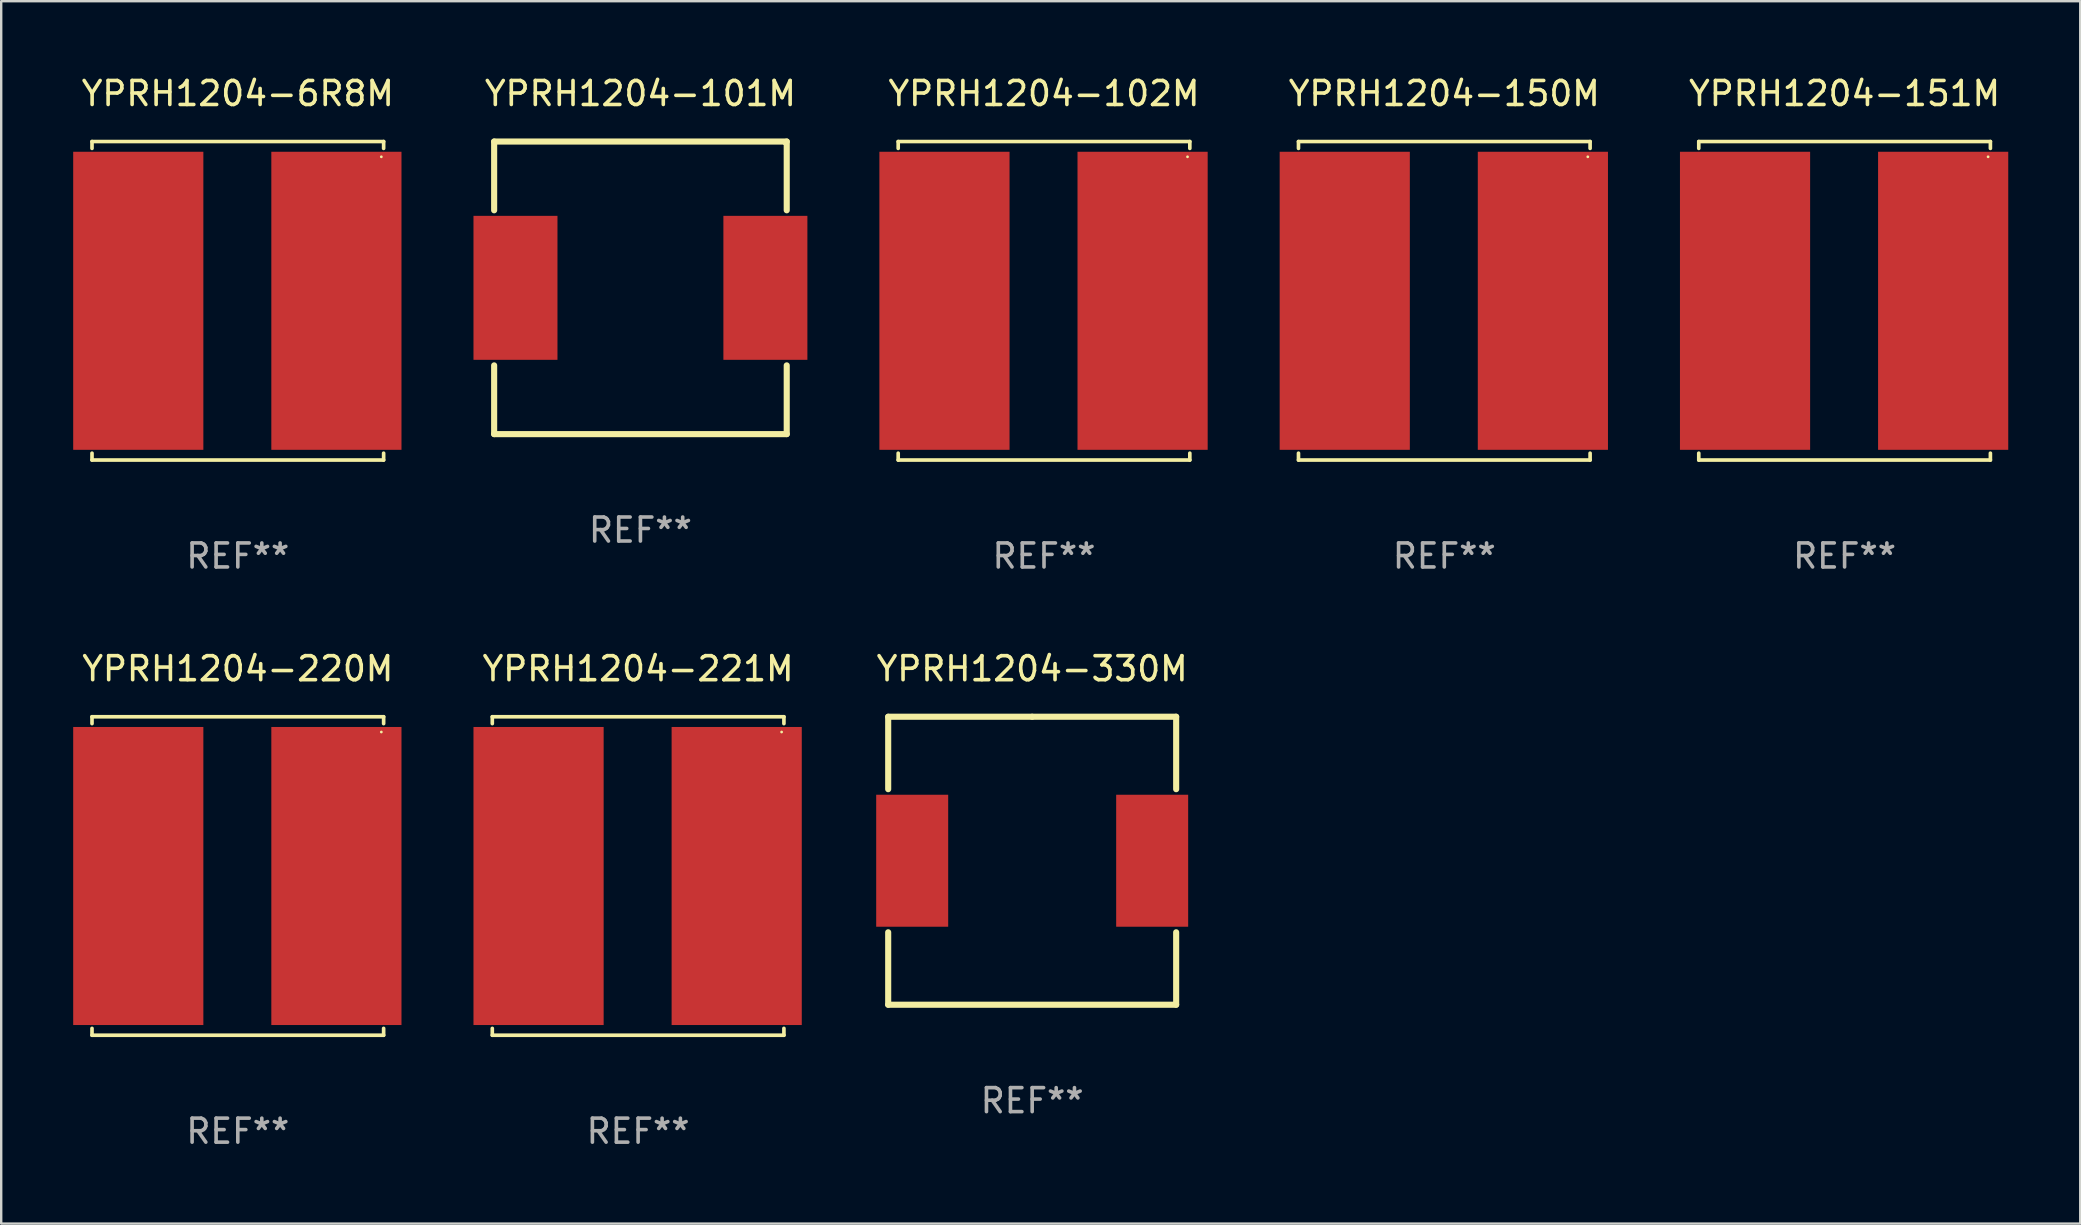
<source format=kicad_pcb>
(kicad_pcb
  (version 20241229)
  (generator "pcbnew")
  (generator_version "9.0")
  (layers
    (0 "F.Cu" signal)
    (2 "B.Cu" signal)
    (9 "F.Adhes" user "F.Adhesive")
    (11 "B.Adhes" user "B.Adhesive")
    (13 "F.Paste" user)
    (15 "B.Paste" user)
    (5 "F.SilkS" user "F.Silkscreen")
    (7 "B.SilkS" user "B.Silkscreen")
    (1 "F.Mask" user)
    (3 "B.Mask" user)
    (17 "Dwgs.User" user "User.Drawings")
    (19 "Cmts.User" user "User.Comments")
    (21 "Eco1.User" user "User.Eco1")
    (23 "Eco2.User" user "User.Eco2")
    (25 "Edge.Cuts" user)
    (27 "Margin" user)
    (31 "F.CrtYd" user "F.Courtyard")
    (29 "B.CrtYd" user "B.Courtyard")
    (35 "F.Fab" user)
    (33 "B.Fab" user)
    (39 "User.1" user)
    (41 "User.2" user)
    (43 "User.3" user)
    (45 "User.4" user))
  (footprint "YPRH1204-102M"
    (layer "F.Cu")
    (at 40.454 9.484)
    (property "Reference" "YPRH1204-102M" (at 0 -8.636 0) (layer "F.SilkS") (effects (font (size 1 1) (thickness 0.15))))
    (attr through_hole)
    (fp_line (start -6.076 -6.636) (end -6.076 -6.35) (stroke (width 0.152) (type solid)) (layer "F.SilkS"))
    (fp_line (start -6.076 6.636) (end -6.076 6.35) (stroke (width 0.152) (type solid)) (layer "F.SilkS"))
    (fp_line (start 6.076 -6.636) (end -6.076 -6.636) (stroke (width 0.152) (type solid)) (layer "F.SilkS"))
    (fp_line (start 6.076 -6.35) (end 6.076 -6.636) (stroke (width 0.152) (type solid)) (layer "F.SilkS"))
    (fp_line (start 6.076 6.35) (end 6.076 6.636) (stroke (width 0.152) (type solid)) (layer "F.SilkS"))
    (fp_line (start 6.076 6.636) (end -6.076 6.636) (stroke (width 0.152) (type solid)) (layer "F.SilkS"))
    (fp_circle (center 5.98 -6) (end 6.01 -6) (stroke (width 0.06) (type solid)) (fill no) (layer "F.SilkS"))
    (fp_text user "REF**" (at 0 10.636 0) (layer "F.Fab") (effects (font (size 1 1) (thickness 0.15))))
    (pad "1" smd rect (at 4.108 0) (size 5.424 12.42) (layers "F.Cu" "F.Mask" "F.Paste"))
    (pad "2" smd rect (at -4.148 0) (size 5.424 12.42) (layers "F.Cu" "F.Mask" "F.Paste")))
  (footprint "YPRH1204-101M"
    (layer "F.Cu")
    (at 23.637 8.944)
    (property "Reference" "YPRH1204-101M" (at 0 -8.096 0) (layer "F.SilkS") (effects (font (size 1 1) (thickness 0.15))))
    (attr through_hole)
    (fp_line (start -6.096 -6.096) (end 6.096 -6.096) (stroke (width 0.254) (type solid)) (layer "F.SilkS"))
    (fp_line (start -6.096 -3.231) (end -6.096 -6.096) (stroke (width 0.254) (type solid)) (layer "F.SilkS"))
    (fp_line (start -6.096 6.096) (end -6.096 3.231) (stroke (width 0.254) (type solid)) (layer "F.SilkS"))
    (fp_line (start 6.096 -6.096) (end 6.096 -3.231) (stroke (width 0.254) (type solid)) (layer "F.SilkS"))
    (fp_line (start 6.096 3.231) (end 6.096 6.096) (stroke (width 0.254) (type solid)) (layer "F.SilkS"))
    (fp_line (start 6.096 6.096) (end -6.096 6.096) (stroke (width 0.254) (type solid)) (layer "F.SilkS"))
    (fp_circle (center 6 -6) (end 6.03 -6) (stroke (width 0.06) (type solid)) (fill no) (layer "F.SilkS"))
    (fp_text user "REF**" (at 0 10.096 0) (layer "F.Fab") (effects (font (size 1 1) (thickness 0.15))))
    (pad "1" smd rect (at 5.207 0) (size 3.5 6) (layers "F.Cu" "F.Mask" "F.Paste"))
    (pad "2" smd rect (at -5.207 0) (size 3.5 6) (layers "F.Cu" "F.Mask" "F.Paste")))
  (footprint "YPRH1204-330M"
    (layer "F.Cu")
    (at 39.961 32.817)
    (property "Reference" "YPRH1204-330M" (at 0 -8 0) (layer "F.SilkS") (effects (font (size 1 1) (thickness 0.15))))
    (attr through_hole)
    (fp_line (start -6 -6) (end 0 -6) (stroke (width 0.254) (type solid)) (layer "F.SilkS"))
    (fp_line (start -6 -2.981) (end -6 -6) (stroke (width 0.254) (type solid)) (layer "F.SilkS"))
    (fp_line (start -6 6) (end -6 2.981) (stroke (width 0.254) (type solid)) (layer "F.SilkS"))
    (fp_line (start 0 -6) (end 6 -6) (stroke (width 0.254) (type solid)) (layer "F.SilkS"))
    (fp_line (start 6 -6) (end 6 -2.981) (stroke (width 0.254) (type solid)) (layer "F.SilkS"))
    (fp_line (start 6 2.981) (end 6 6) (stroke (width 0.254) (type solid)) (layer "F.SilkS"))
    (fp_line (start 6 6) (end -6 6) (stroke (width 0.254) (type solid)) (layer "F.SilkS"))
    (fp_circle (center -6 6) (end -5.97 6) (stroke (width 0.06) (type solid)) (fill no) (layer "F.SilkS"))
    (fp_text user "REF**" (at 0 10 0) (layer "F.Fab") (effects (font (size 1 1) (thickness 0.15))))
    (pad "1" smd rect (at -5 0) (size 3 5.5) (layers "F.Cu" "F.Mask" "F.Paste"))
    (pad "2" smd rect (at 5 0) (size 3 5.5) (layers "F.Cu" "F.Mask" "F.Paste")))
  (footprint "YPRH1204-6R8M"
    (layer "F.Cu")
    (at 6.86 9.484)
    (property "Reference" "YPRH1204-6R8M" (at 0 -8.636 0) (layer "F.SilkS") (effects (font (size 1 1) (thickness 0.15))))
    (attr through_hole)
    (fp_line (start -6.076 -6.636) (end -6.076 -6.35) (stroke (width 0.152) (type solid)) (layer "F.SilkS"))
    (fp_line (start -6.076 6.636) (end -6.076 6.35) (stroke (width 0.152) (type solid)) (layer "F.SilkS"))
    (fp_line (start 6.076 -6.636) (end -6.076 -6.636) (stroke (width 0.152) (type solid)) (layer "F.SilkS"))
    (fp_line (start 6.076 -6.35) (end 6.076 -6.636) (stroke (width 0.152) (type solid)) (layer "F.SilkS"))
    (fp_line (start 6.076 6.35) (end 6.076 6.636) (stroke (width 0.152) (type solid)) (layer "F.SilkS"))
    (fp_line (start 6.076 6.636) (end -6.076 6.636) (stroke (width 0.152) (type solid)) (layer "F.SilkS"))
    (fp_circle (center 5.98 -6) (end 6.01 -6) (stroke (width 0.06) (type solid)) (fill no) (layer "F.SilkS"))
    (fp_text user "REF**" (at 0 10.636 0) (layer "F.Fab") (effects (font (size 1 1) (thickness 0.15))))
    (pad "1" smd rect (at 4.108 0) (size 5.424 12.42) (layers "F.Cu" "F.Mask" "F.Paste"))
    (pad "2" smd rect (at -4.148 0) (size 5.424 12.42) (layers "F.Cu" "F.Mask" "F.Paste")))
  (footprint "YPRH1204-221M"
    (layer "F.Cu")
    (at 23.54 33.453)
    (property "Reference" "YPRH1204-221M" (at 0 -8.636 0) (layer "F.SilkS") (effects (font (size 1 1) (thickness 0.15))))
    (attr through_hole)
    (fp_line (start -6.076 -6.636) (end -6.076 -6.35) (stroke (width 0.152) (type solid)) (layer "F.SilkS"))
    (fp_line (start -6.076 6.636) (end -6.076 6.35) (stroke (width 0.152) (type solid)) (layer "F.SilkS"))
    (fp_line (start 6.076 -6.636) (end -6.076 -6.636) (stroke (width 0.152) (type solid)) (layer "F.SilkS"))
    (fp_line (start 6.076 -6.35) (end 6.076 -6.636) (stroke (width 0.152) (type solid)) (layer "F.SilkS"))
    (fp_line (start 6.076 6.35) (end 6.076 6.636) (stroke (width 0.152) (type solid)) (layer "F.SilkS"))
    (fp_line (start 6.076 6.636) (end -6.076 6.636) (stroke (width 0.152) (type solid)) (layer "F.SilkS"))
    (fp_circle (center 5.98 -6) (end 6.01 -6) (stroke (width 0.06) (type solid)) (fill no) (layer "F.SilkS"))
    (fp_text user "REF**" (at 0 10.636 0) (layer "F.Fab") (effects (font (size 1 1) (thickness 0.15))))
    (pad "1" smd rect (at 4.108 0) (size 5.424 12.42) (layers "F.Cu" "F.Mask" "F.Paste"))
    (pad "2" smd rect (at -4.148 0) (size 5.424 12.42) (layers "F.Cu" "F.Mask" "F.Paste")))
  (footprint "YPRH1204-150M"
    (layer "F.Cu")
    (at 57.134 9.484)
    (property "Reference" "YPRH1204-150M" (at 0 -8.636 0) (layer "F.SilkS") (effects (font (size 1 1) (thickness 0.15))))
    (attr through_hole)
    (fp_line (start -6.076 -6.636) (end -6.076 -6.35) (stroke (width 0.152) (type solid)) (layer "F.SilkS"))
    (fp_line (start -6.076 6.636) (end -6.076 6.35) (stroke (width 0.152) (type solid)) (layer "F.SilkS"))
    (fp_line (start 6.076 -6.636) (end -6.076 -6.636) (stroke (width 0.152) (type solid)) (layer "F.SilkS"))
    (fp_line (start 6.076 -6.35) (end 6.076 -6.636) (stroke (width 0.152) (type solid)) (layer "F.SilkS"))
    (fp_line (start 6.076 6.35) (end 6.076 6.636) (stroke (width 0.152) (type solid)) (layer "F.SilkS"))
    (fp_line (start 6.076 6.636) (end -6.076 6.636) (stroke (width 0.152) (type solid)) (layer "F.SilkS"))
    (fp_circle (center 5.98 -6) (end 6.01 -6) (stroke (width 0.06) (type solid)) (fill no) (layer "F.SilkS"))
    (fp_text user "REF**" (at 0 10.636 0) (layer "F.Fab") (effects (font (size 1 1) (thickness 0.15))))
    (pad "1" smd rect (at 4.108 0) (size 5.424 12.42) (layers "F.Cu" "F.Mask" "F.Paste"))
    (pad "2" smd rect (at -4.148 0) (size 5.424 12.42) (layers "F.Cu" "F.Mask" "F.Paste")))
  (footprint "YPRH1204-220M"
    (layer "F.Cu")
    (at 6.86 33.453)
    (property "Reference" "YPRH1204-220M" (at 0 -8.636 0) (layer "F.SilkS") (effects (font (size 1 1) (thickness 0.15))))
    (attr through_hole)
    (fp_line (start -6.076 -6.636) (end -6.076 -6.35) (stroke (width 0.152) (type solid)) (layer "F.SilkS"))
    (fp_line (start -6.076 6.636) (end -6.076 6.35) (stroke (width 0.152) (type solid)) (layer "F.SilkS"))
    (fp_line (start 6.076 -6.636) (end -6.076 -6.636) (stroke (width 0.152) (type solid)) (layer "F.SilkS"))
    (fp_line (start 6.076 -6.35) (end 6.076 -6.636) (stroke (width 0.152) (type solid)) (layer "F.SilkS"))
    (fp_line (start 6.076 6.35) (end 6.076 6.636) (stroke (width 0.152) (type solid)) (layer "F.SilkS"))
    (fp_line (start 6.076 6.636) (end -6.076 6.636) (stroke (width 0.152) (type solid)) (layer "F.SilkS"))
    (fp_circle (center 5.98 -6) (end 6.01 -6) (stroke (width 0.06) (type solid)) (fill no) (layer "F.SilkS"))
    (fp_text user "REF**" (at 0 10.636 0) (layer "F.Fab") (effects (font (size 1 1) (thickness 0.15))))
    (pad "1" smd rect (at 4.108 0) (size 5.424 12.42) (layers "F.Cu" "F.Mask" "F.Paste"))
    (pad "2" smd rect (at -4.148 0) (size 5.424 12.42) (layers "F.Cu" "F.Mask" "F.Paste")))
  (footprint "YPRH1204-151M"
    (layer "F.Cu")
    (at 73.814 9.484)
    (property "Reference" "YPRH1204-151M" (at 0 -8.636 0) (layer "F.SilkS") (effects (font (size 1 1) (thickness 0.15))))
    (attr through_hole)
    (fp_line (start -6.076 -6.636) (end -6.076 -6.35) (stroke (width 0.152) (type solid)) (layer "F.SilkS"))
    (fp_line (start -6.076 6.636) (end -6.076 6.35) (stroke (width 0.152) (type solid)) (layer "F.SilkS"))
    (fp_line (start 6.076 -6.636) (end -6.076 -6.636) (stroke (width 0.152) (type solid)) (layer "F.SilkS"))
    (fp_line (start 6.076 -6.35) (end 6.076 -6.636) (stroke (width 0.152) (type solid)) (layer "F.SilkS"))
    (fp_line (start 6.076 6.35) (end 6.076 6.636) (stroke (width 0.152) (type solid)) (layer "F.SilkS"))
    (fp_line (start 6.076 6.636) (end -6.076 6.636) (stroke (width 0.152) (type solid)) (layer "F.SilkS"))
    (fp_circle (center 5.98 -6) (end 6.01 -6) (stroke (width 0.06) (type solid)) (fill no) (layer "F.SilkS"))
    (fp_text user "REF**" (at 0 10.636 0) (layer "F.Fab") (effects (font (size 1 1) (thickness 0.15))))
    (pad "1" smd rect (at 4.108 0) (size 5.424 12.42) (layers "F.Cu" "F.Mask" "F.Paste"))
    (pad "2" smd rect (at -4.148 0) (size 5.424 12.42) (layers "F.Cu" "F.Mask" "F.Paste")))
  (gr_rect
    (start -3 -3)
    (end 83.634 47.938)
    (stroke (width 0.1) (type default))
    (fill no)
    (layer "Edge.Cuts")))
</source>
